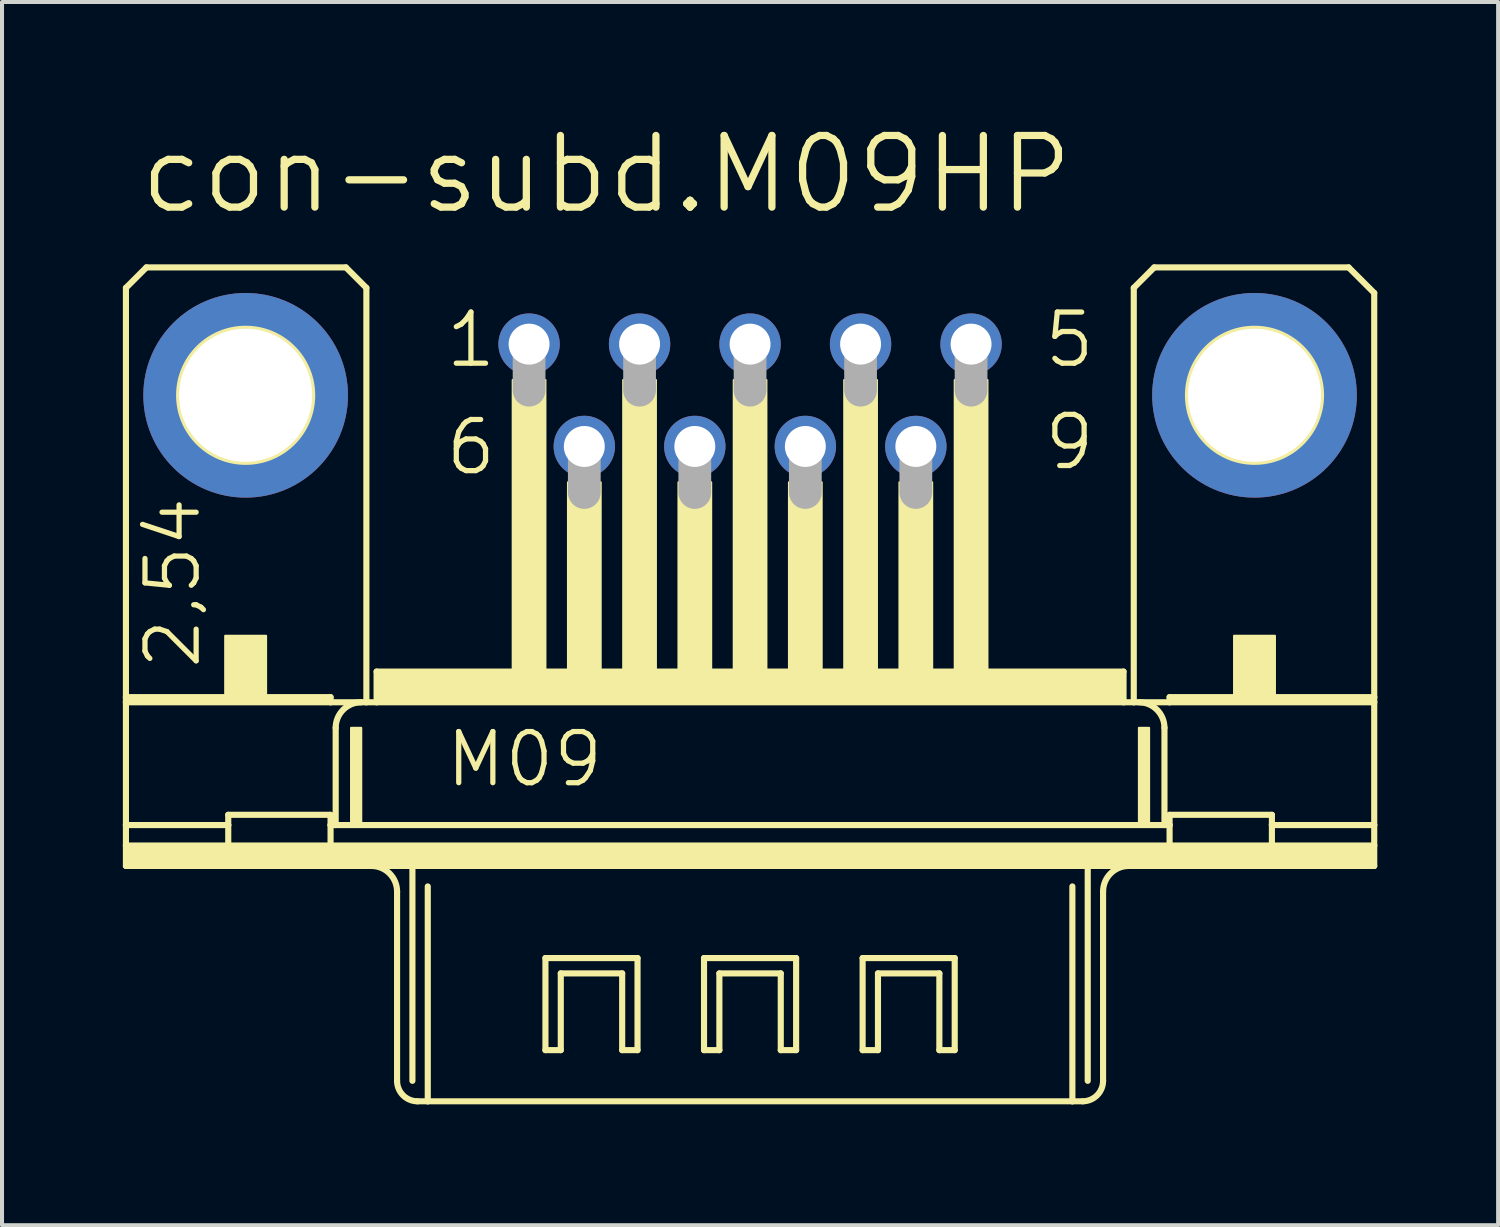
<source format=kicad_pcb>
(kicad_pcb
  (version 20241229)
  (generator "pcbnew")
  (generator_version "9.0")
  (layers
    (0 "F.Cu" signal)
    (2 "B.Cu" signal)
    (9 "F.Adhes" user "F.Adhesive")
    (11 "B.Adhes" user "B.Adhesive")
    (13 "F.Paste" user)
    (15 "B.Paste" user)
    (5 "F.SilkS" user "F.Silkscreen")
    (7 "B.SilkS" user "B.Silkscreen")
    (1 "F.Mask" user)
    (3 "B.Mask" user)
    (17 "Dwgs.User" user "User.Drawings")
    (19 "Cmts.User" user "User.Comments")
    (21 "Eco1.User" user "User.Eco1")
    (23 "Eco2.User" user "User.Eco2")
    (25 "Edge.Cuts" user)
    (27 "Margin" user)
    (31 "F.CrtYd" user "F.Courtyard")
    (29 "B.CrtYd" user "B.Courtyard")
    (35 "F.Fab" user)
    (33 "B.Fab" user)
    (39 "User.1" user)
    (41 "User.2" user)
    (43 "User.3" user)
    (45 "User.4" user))
  (footprint "con-subd.M09HP"
    (layer "F.Cu")
    (at 15.57 6.763)
    (property "Reference" "con-subd.M09HP" (at -15.24 -4.445 0) (layer "F.SilkS") (effects (font (size 1.778 1.778) (thickness 0.18)) (justify left bottom)))
    (attr through_hole)
    (fp_line (start -15.494 -2.667) (end -15.494 7.493) (stroke (width 0.152) (type default)) (layer "F.SilkS"))
    (fp_line (start -15.494 7.62) (end -15.494 7.493) (stroke (width 0.152) (type default)) (layer "F.SilkS"))
    (fp_line (start -15.494 10.668) (end -15.494 7.62) (stroke (width 0.152) (type default)) (layer "F.SilkS"))
    (fp_line (start -15.494 11.176) (end -15.494 10.668) (stroke (width 0.152) (type default)) (layer "F.SilkS"))
    (fp_line (start -15.494 11.684) (end -15.494 11.176) (stroke (width 0.152) (type default)) (layer "F.SilkS"))
    (fp_line (start -14.986 -3.175) (end -15.494 -2.667) (stroke (width 0.152) (type default)) (layer "F.SilkS"))
    (fp_line (start -12.954 10.668) (end -15.494 10.668) (stroke (width 0.152) (type default)) (layer "F.SilkS"))
    (fp_line (start -12.954 10.668) (end -12.954 10.414) (stroke (width 0.152) (type default)) (layer "F.SilkS"))
    (fp_line (start -12.954 10.668) (end -12.954 11.176) (stroke (width 0.152) (type default)) (layer "F.SilkS"))
    (fp_line (start -12.954 11.176) (end -15.494 11.176) (stroke (width 0.152) (type default)) (layer "F.SilkS"))
    (fp_line (start -10.414 7.493) (end -15.494 7.493) (stroke (width 0.152) (type default)) (layer "F.SilkS"))
    (fp_line (start -10.414 7.493) (end -10.414 7.62) (stroke (width 0.152) (type default)) (layer "F.SilkS"))
    (fp_line (start -10.414 7.62) (end -15.494 7.62) (stroke (width 0.152) (type default)) (layer "F.SilkS"))
    (fp_line (start -10.414 10.414) (end -12.954 10.414) (stroke (width 0.152) (type default)) (layer "F.SilkS"))
    (fp_line (start -10.414 10.414) (end -10.414 10.668) (stroke (width 0.152) (type default)) (layer "F.SilkS"))
    (fp_line (start -10.414 10.668) (end -10.414 11.176) (stroke (width 0.152) (type default)) (layer "F.SilkS"))
    (fp_line (start -10.414 11.176) (end -12.954 11.176) (stroke (width 0.152) (type default)) (layer "F.SilkS"))
    (fp_line (start -10.287 8.255) (end -10.287 10.668) (stroke (width 0.152) (type default)) (layer "F.SilkS"))
    (fp_line (start -10.287 10.668) (end -10.414 10.668) (stroke (width 0.152) (type default)) (layer "F.SilkS"))
    (fp_line (start -10.033 -3.175) (end -14.986 -3.175) (stroke (width 0.152) (type default)) (layer "F.SilkS"))
    (fp_line (start -9.525 -2.667) (end -10.033 -3.175) (stroke (width 0.152) (type default)) (layer "F.SilkS"))
    (fp_line (start -9.525 -2.667) (end -9.525 7.62) (stroke (width 0.152) (type default)) (layer "F.SilkS"))
    (fp_line (start -9.525 7.62) (end -10.414 7.62) (stroke (width 0.152) (type default)) (layer "F.SilkS"))
    (fp_line (start -9.271 7.62) (end -9.525 7.62) (stroke (width 0.152) (type default)) (layer "F.SilkS"))
    (fp_line (start -9.271 7.62) (end -9.271 6.858) (stroke (width 0.152) (type default)) (layer "F.SilkS"))
    (fp_line (start -8.763 12.319) (end -8.763 17.018) (stroke (width 0.152) (type default)) (layer "F.SilkS"))
    (fp_line (start -8.382 11.684) (end -15.494 11.684) (stroke (width 0.152) (type default)) (layer "F.SilkS"))
    (fp_line (start -8.382 11.684) (end -8.382 17.018) (stroke (width 0.152) (type default)) (layer "F.SilkS"))
    (fp_line (start -8.001 12.192) (end -8.001 17.526) (stroke (width 0.152) (type default)) (layer "F.SilkS"))
    (fp_line (start -8.001 17.526) (end -8.255 17.526) (stroke (width 0.152) (type default)) (layer "F.SilkS"))
    (fp_line (start -5.08 13.97) (end -2.794 13.97) (stroke (width 0.152) (type default)) (layer "F.SilkS"))
    (fp_line (start -5.08 16.256) (end -5.08 13.97) (stroke (width 0.152) (type default)) (layer "F.SilkS"))
    (fp_line (start -4.699 14.351) (end -4.699 16.256) (stroke (width 0.152) (type default)) (layer "F.SilkS"))
    (fp_line (start -4.699 16.256) (end -5.08 16.256) (stroke (width 0.152) (type default)) (layer "F.SilkS"))
    (fp_line (start -3.175 14.351) (end -4.699 14.351) (stroke (width 0.152) (type default)) (layer "F.SilkS"))
    (fp_line (start -3.175 16.256) (end -3.175 14.351) (stroke (width 0.152) (type default)) (layer "F.SilkS"))
    (fp_line (start -2.794 13.97) (end -2.794 16.256) (stroke (width 0.152) (type default)) (layer "F.SilkS"))
    (fp_line (start -2.794 16.256) (end -3.175 16.256) (stroke (width 0.152) (type default)) (layer "F.SilkS"))
    (fp_line (start -1.143 13.97) (end 1.143 13.97) (stroke (width 0.152) (type default)) (layer "F.SilkS"))
    (fp_line (start -1.143 16.256) (end -1.143 13.97) (stroke (width 0.152) (type default)) (layer "F.SilkS"))
    (fp_line (start -0.762 14.351) (end -0.762 16.256) (stroke (width 0.152) (type default)) (layer "F.SilkS"))
    (fp_line (start -0.762 16.256) (end -1.143 16.256) (stroke (width 0.152) (type default)) (layer "F.SilkS"))
    (fp_line (start 0.762 14.351) (end -0.762 14.351) (stroke (width 0.152) (type default)) (layer "F.SilkS"))
    (fp_line (start 0.762 16.256) (end 0.762 14.351) (stroke (width 0.152) (type default)) (layer "F.SilkS"))
    (fp_line (start 1.143 13.97) (end 1.143 16.256) (stroke (width 0.152) (type default)) (layer "F.SilkS"))
    (fp_line (start 1.143 16.256) (end 0.762 16.256) (stroke (width 0.152) (type default)) (layer "F.SilkS"))
    (fp_line (start 2.794 13.97) (end 5.08 13.97) (stroke (width 0.152) (type default)) (layer "F.SilkS"))
    (fp_line (start 2.794 16.256) (end 2.794 13.97) (stroke (width 0.152) (type default)) (layer "F.SilkS"))
    (fp_line (start 3.175 14.351) (end 3.175 16.256) (stroke (width 0.152) (type default)) (layer "F.SilkS"))
    (fp_line (start 3.175 16.256) (end 2.794 16.256) (stroke (width 0.152) (type default)) (layer "F.SilkS"))
    (fp_line (start 4.699 14.351) (end 3.175 14.351) (stroke (width 0.152) (type default)) (layer "F.SilkS"))
    (fp_line (start 4.699 16.256) (end 4.699 14.351) (stroke (width 0.152) (type default)) (layer "F.SilkS"))
    (fp_line (start 5.08 13.97) (end 5.08 16.256) (stroke (width 0.152) (type default)) (layer "F.SilkS"))
    (fp_line (start 5.08 16.256) (end 4.699 16.256) (stroke (width 0.152) (type default)) (layer "F.SilkS"))
    (fp_line (start 8.001 12.192) (end 8.001 17.526) (stroke (width 0.152) (type default)) (layer "F.SilkS"))
    (fp_line (start 8.001 17.526) (end -8.001 17.526) (stroke (width 0.152) (type default)) (layer "F.SilkS"))
    (fp_line (start 8.255 17.526) (end 8.001 17.526) (stroke (width 0.152) (type default)) (layer "F.SilkS"))
    (fp_line (start 8.382 11.684) (end -8.382 11.684) (stroke (width 0.152) (type default)) (layer "F.SilkS"))
    (fp_line (start 8.382 11.684) (end 8.382 17.018) (stroke (width 0.152) (type default)) (layer "F.SilkS"))
    (fp_line (start 8.763 12.319) (end 8.763 17.018) (stroke (width 0.152) (type default)) (layer "F.SilkS"))
    (fp_line (start 9.271 6.858) (end -9.271 6.858) (stroke (width 0.152) (type default)) (layer "F.SilkS"))
    (fp_line (start 9.271 7.62) (end -9.271 7.62) (stroke (width 0.152) (type default)) (layer "F.SilkS"))
    (fp_line (start 9.271 7.62) (end 9.271 6.858) (stroke (width 0.152) (type default)) (layer "F.SilkS"))
    (fp_line (start 9.525 -2.667) (end 9.525 7.62) (stroke (width 0.152) (type default)) (layer "F.SilkS"))
    (fp_line (start 9.525 7.62) (end 9.271 7.62) (stroke (width 0.152) (type default)) (layer "F.SilkS"))
    (fp_line (start 10.033 -3.175) (end 9.525 -2.667) (stroke (width 0.152) (type default)) (layer "F.SilkS"))
    (fp_line (start 10.033 -3.175) (end 14.859 -3.175) (stroke (width 0.152) (type default)) (layer "F.SilkS"))
    (fp_line (start 10.287 8.255) (end 10.287 10.668) (stroke (width 0.152) (type default)) (layer "F.SilkS"))
    (fp_line (start 10.287 10.668) (end -10.287 10.668) (stroke (width 0.152) (type default)) (layer "F.SilkS"))
    (fp_line (start 10.414 7.493) (end 10.414 7.62) (stroke (width 0.152) (type default)) (layer "F.SilkS"))
    (fp_line (start 10.414 7.62) (end 9.525 7.62) (stroke (width 0.152) (type default)) (layer "F.SilkS"))
    (fp_line (start 10.414 10.414) (end 10.414 10.668) (stroke (width 0.152) (type default)) (layer "F.SilkS"))
    (fp_line (start 10.414 10.668) (end 10.287 10.668) (stroke (width 0.152) (type default)) (layer "F.SilkS"))
    (fp_line (start 10.414 10.668) (end 10.414 11.176) (stroke (width 0.152) (type default)) (layer "F.SilkS"))
    (fp_line (start 10.414 11.176) (end -10.414 11.176) (stroke (width 0.152) (type default)) (layer "F.SilkS"))
    (fp_line (start 12.954 10.414) (end 10.414 10.414) (stroke (width 0.152) (type default)) (layer "F.SilkS"))
    (fp_line (start 12.954 10.668) (end 12.954 10.414) (stroke (width 0.152) (type default)) (layer "F.SilkS"))
    (fp_line (start 12.954 10.668) (end 12.954 11.176) (stroke (width 0.152) (type default)) (layer "F.SilkS"))
    (fp_line (start 12.954 11.176) (end 10.414 11.176) (stroke (width 0.152) (type default)) (layer "F.SilkS"))
    (fp_line (start 14.859 -3.175) (end 15.494 -2.54) (stroke (width 0.152) (type default)) (layer "F.SilkS"))
    (fp_line (start 15.494 -2.54) (end 15.494 7.493) (stroke (width 0.152) (type default)) (layer "F.SilkS"))
    (fp_line (start 15.494 7.493) (end 10.414 7.493) (stroke (width 0.152) (type default)) (layer "F.SilkS"))
    (fp_line (start 15.494 7.62) (end 10.414 7.62) (stroke (width 0.152) (type default)) (layer "F.SilkS"))
    (fp_line (start 15.494 7.62) (end 15.494 7.493) (stroke (width 0.152) (type default)) (layer "F.SilkS"))
    (fp_line (start 15.494 7.62) (end 15.494 10.668) (stroke (width 0.152) (type default)) (layer "F.SilkS"))
    (fp_line (start 15.494 10.668) (end 12.954 10.668) (stroke (width 0.152) (type default)) (layer "F.SilkS"))
    (fp_line (start 15.494 10.668) (end 15.494 11.176) (stroke (width 0.152) (type default)) (layer "F.SilkS"))
    (fp_line (start 15.494 11.176) (end 12.954 11.176) (stroke (width 0.152) (type default)) (layer "F.SilkS"))
    (fp_line (start 15.494 11.176) (end 15.494 11.684) (stroke (width 0.152) (type default)) (layer "F.SilkS"))
    (fp_line (start 15.494 11.684) (end 8.382 11.684) (stroke (width 0.152) (type default)) (layer "F.SilkS"))
    (fp_rect (start -15.494 11.684) (end 15.494 11.176) (stroke (width 0.05) (type default)) (fill yes) (layer "F.SilkS"))
    (fp_rect (start -13.03 7.62) (end -12.014 5.969) (stroke (width 0.05) (type default)) (fill yes) (layer "F.SilkS"))
    (fp_rect (start -9.906 10.668) (end -9.652 8.255) (stroke (width 0.05) (type default)) (fill yes) (layer "F.SilkS"))
    (fp_rect (start -9.271 7.62) (end 9.271 6.858) (stroke (width 0.05) (type default)) (fill yes) (layer "F.SilkS"))
    (fp_rect (start -5.893 6.858) (end -5.08 -0.381) (stroke (width 0.05) (type default)) (fill yes) (layer "F.SilkS"))
    (fp_rect (start -4.521 6.858) (end -3.708 2.159) (stroke (width 0.05) (type default)) (fill yes) (layer "F.SilkS"))
    (fp_rect (start -3.15 6.858) (end -2.337 -0.381) (stroke (width 0.05) (type default)) (fill yes) (layer "F.SilkS"))
    (fp_rect (start -1.778 6.858) (end -0.965 2.159) (stroke (width 0.05) (type default)) (fill yes) (layer "F.SilkS"))
    (fp_rect (start -0.406 6.858) (end 0.406 -0.381) (stroke (width 0.05) (type default)) (fill yes) (layer "F.SilkS"))
    (fp_rect (start 0.965 6.858) (end 1.778 2.159) (stroke (width 0.05) (type default)) (fill yes) (layer "F.SilkS"))
    (fp_rect (start 2.337 6.858) (end 3.15 -0.381) (stroke (width 0.05) (type default)) (fill yes) (layer "F.SilkS"))
    (fp_rect (start 3.708 6.858) (end 4.521 2.159) (stroke (width 0.05) (type default)) (fill yes) (layer "F.SilkS"))
    (fp_rect (start 5.08 6.858) (end 5.893 -0.381) (stroke (width 0.05) (type default)) (fill yes) (layer "F.SilkS"))
    (fp_rect (start 9.652 10.668) (end 9.906 8.255) (stroke (width 0.05) (type default)) (fill yes) (layer "F.SilkS"))
    (fp_rect (start 12.014 7.62) (end 13.03 5.969) (stroke (width 0.05) (type default)) (fill yes) (layer "F.SilkS"))
    (fp_arc (start -10.287 8.255) (mid -10.101013 7.805987) (end -9.652 7.62) (stroke (width 0.1524) (type default)) (layer "F.SilkS"))
    (fp_arc (start -9.398 11.684) (mid -8.948987 11.869987) (end -8.763 12.319) (stroke (width 0.1524) (type default)) (layer "F.SilkS"))
    (fp_arc (start -8.255 17.526) (mid -8.61421 17.37721) (end -8.763 17.018) (stroke (width 0.1524) (type default)) (layer "F.SilkS"))
    (fp_arc (start 8.763 12.319) (mid 8.948987 11.869987) (end 9.398 11.684) (stroke (width 0.1524) (type default)) (layer "F.SilkS"))
    (fp_arc (start 8.763 17.018) (mid 8.61421 17.37721) (end 8.255 17.526) (stroke (width 0.1524) (type default)) (layer "F.SilkS"))
    (fp_arc (start 9.652 7.62) (mid 10.101013 7.805987) (end 10.287 8.255) (stroke (width 0.1524) (type default)) (layer "F.SilkS"))
    (fp_circle (center -12.522 0) (end -10.871 0) (stroke (width 0.152) (type default)) (fill no) (layer "F.SilkS"))
    (fp_circle (center 12.522 0) (end 14.173 0) (stroke (width 0.152) (type default)) (fill no) (layer "F.SilkS"))
    (fp_line (start -5.486 -1.143) (end -5.486 -0.127) (stroke (width 0.813) (type default)) (layer "F.Fab"))
    (fp_line (start -4.115 1.397) (end -4.115 2.413) (stroke (width 0.813) (type default)) (layer "F.Fab"))
    (fp_line (start -2.743 -1.143) (end -2.743 -0.127) (stroke (width 0.813) (type default)) (layer "F.Fab"))
    (fp_line (start -1.372 1.397) (end -1.372 2.413) (stroke (width 0.813) (type default)) (layer "F.Fab"))
    (fp_line (start 0 -1.143) (end 0 -0.127) (stroke (width 0.813) (type default)) (layer "F.Fab"))
    (fp_line (start 1.372 1.397) (end 1.372 2.413) (stroke (width 0.813) (type default)) (layer "F.Fab"))
    (fp_line (start 2.743 -1.143) (end 2.743 -0.127) (stroke (width 0.813) (type default)) (layer "F.Fab"))
    (fp_line (start 4.115 1.397) (end 4.115 2.413) (stroke (width 0.813) (type default)) (layer "F.Fab"))
    (fp_line (start 5.486 -1.143) (end 5.486 -0.127) (stroke (width 0.813) (type default)) (layer "F.Fab"))
    (fp_text user "6" (at -7.62 2.032 0) (layer "F.SilkS") (effects (font (size 1.27 1.27) (thickness 0.13)) (justify left bottom)))
    (fp_text user "2,54" (at -13.589 6.858 90) (layer "F.SilkS") (effects (font (size 1.27 1.27) (thickness 0.13)) (justify left bottom)))
    (fp_text user "M09" (at -7.62 9.779 0) (layer "F.SilkS") (effects (font (size 1.27 1.27) (thickness 0.13)) (justify left bottom)))
    (fp_text user "1" (at -7.62 -0.635 0) (layer "F.SilkS") (effects (font (size 1.27 1.27) (thickness 0.13)) (justify left bottom)))
    (fp_text user "5" (at 7.239 -0.635 0) (layer "F.SilkS") (effects (font (size 1.27 1.27) (thickness 0.13)) (justify left bottom)))
    (fp_text user "9" (at 7.239 1.905 0) (layer "F.SilkS") (effects (font (size 1.27 1.27) (thickness 0.13)) (justify left bottom)))
    (pad "1" thru_hole circle (at -5.486 -1.27) (size 1.524 1.524) (drill 1.016) (layers "*.Cu" "*.Mask"))
    (pad "2" thru_hole circle (at -2.743 -1.27) (size 1.524 1.524) (drill 1.016) (layers "*.Cu" "*.Mask"))
    (pad "3" thru_hole circle (at 0 -1.27) (size 1.524 1.524) (drill 1.016) (layers "*.Cu" "*.Mask"))
    (pad "4" thru_hole circle (at 2.743 -1.27) (size 1.524 1.524) (drill 1.016) (layers "*.Cu" "*.Mask"))
    (pad "5" thru_hole circle (at 5.486 -1.27) (size 1.524 1.524) (drill 1.016) (layers "*.Cu" "*.Mask"))
    (pad "6" thru_hole circle (at -4.115 1.27) (size 1.524 1.524) (drill 1.016) (layers "*.Cu" "*.Mask"))
    (pad "7" thru_hole circle (at -1.372 1.27) (size 1.524 1.524) (drill 1.016) (layers "*.Cu" "*.Mask"))
    (pad "8" thru_hole circle (at 1.372 1.27) (size 1.524 1.524) (drill 1.016) (layers "*.Cu" "*.Mask"))
    (pad "9" thru_hole circle (at 4.115 1.27) (size 1.524 1.524) (drill 1.016) (layers "*.Cu" "*.Mask"))
    (pad "G1" thru_hole circle (at -12.522 0) (size 5.08 5.08) (drill 3.302) (layers "*.Cu" "*.Mask"))
    (pad "G2" thru_hole circle (at 12.522 0) (size 5.08 5.08) (drill 3.302) (layers "*.Cu" "*.Mask")))
  (gr_rect
    (start -3 -3)
    (end 34.14 27.365)
    (stroke (width 0.1) (type default))
    (fill no)
    (layer "Edge.Cuts")))
</source>
